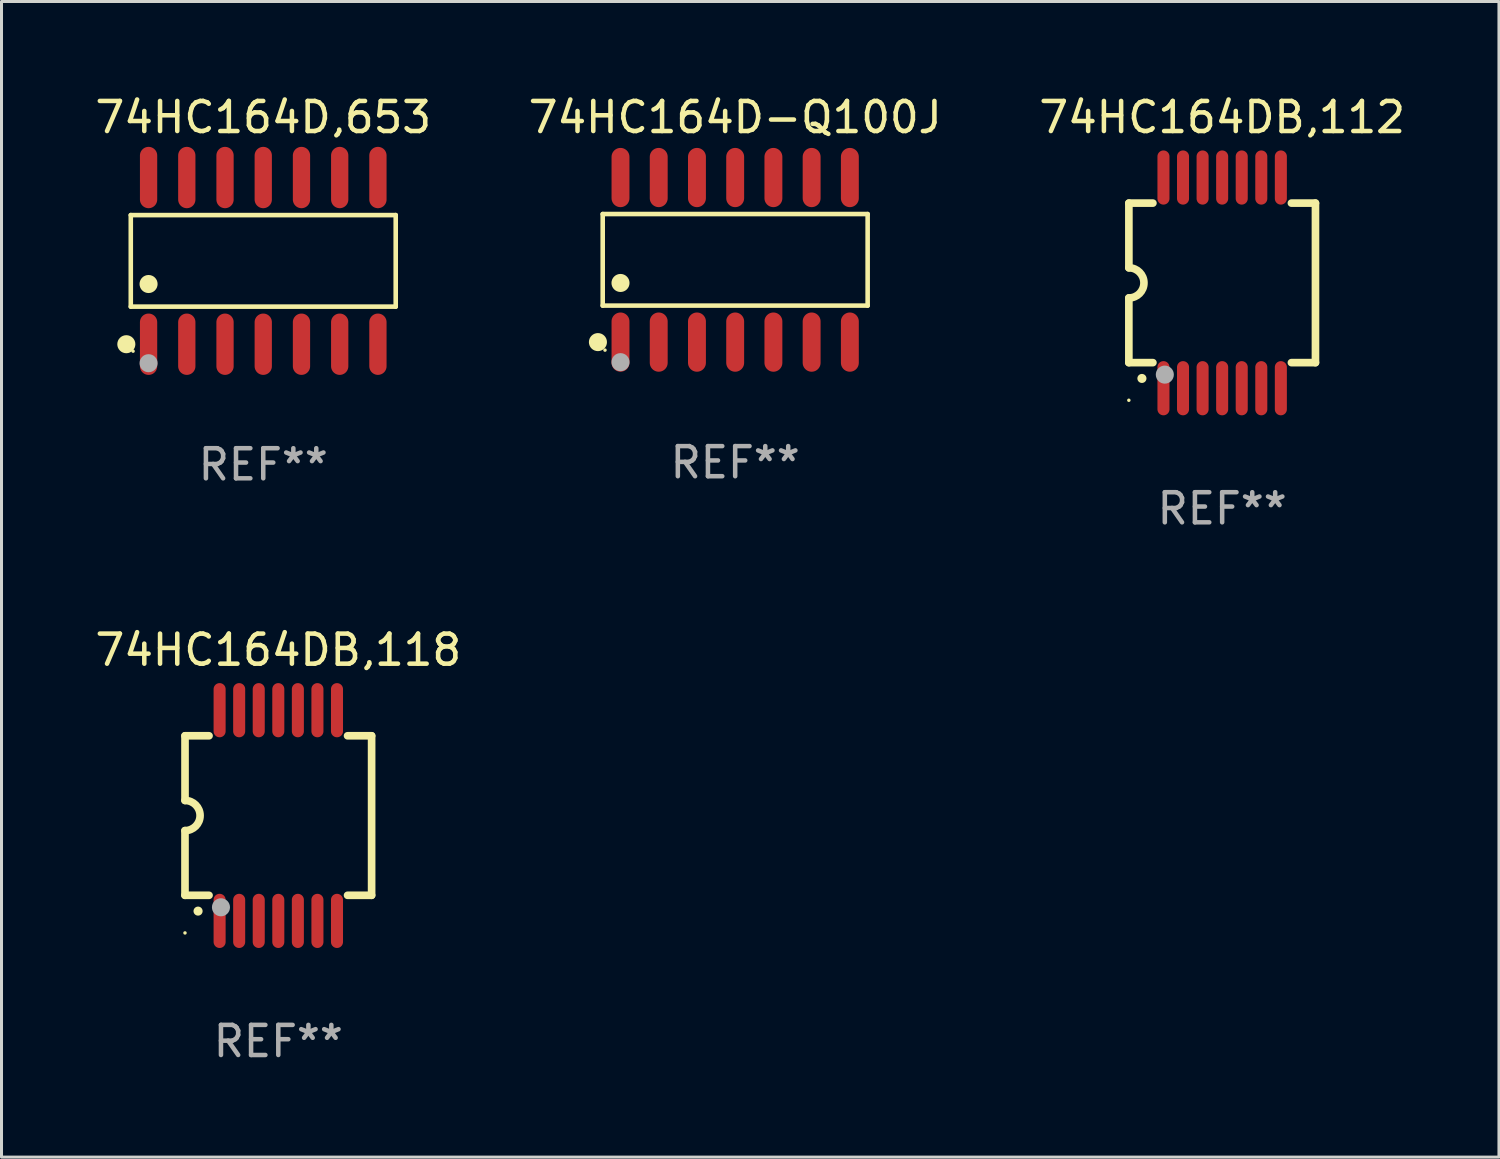
<source format=kicad_pcb>
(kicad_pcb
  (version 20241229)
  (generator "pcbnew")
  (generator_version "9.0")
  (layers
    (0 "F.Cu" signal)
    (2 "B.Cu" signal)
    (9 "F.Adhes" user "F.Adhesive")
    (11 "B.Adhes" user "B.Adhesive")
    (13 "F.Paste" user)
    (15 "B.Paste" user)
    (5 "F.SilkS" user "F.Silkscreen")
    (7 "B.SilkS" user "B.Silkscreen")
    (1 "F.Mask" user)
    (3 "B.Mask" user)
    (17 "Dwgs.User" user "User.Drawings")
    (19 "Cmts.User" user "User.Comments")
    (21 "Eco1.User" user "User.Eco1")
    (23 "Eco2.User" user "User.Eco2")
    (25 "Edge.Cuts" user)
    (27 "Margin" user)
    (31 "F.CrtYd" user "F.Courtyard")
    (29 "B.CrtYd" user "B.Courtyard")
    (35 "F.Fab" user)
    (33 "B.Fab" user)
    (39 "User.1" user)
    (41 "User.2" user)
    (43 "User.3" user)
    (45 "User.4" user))
  (footprint "74HC164DB,118"
    (layer "F.Cu")
    (at 6.196 24.045)
    (property "Reference" "74HC164DB,118" (at 0 -5.5 0) (layer "F.SilkS") (effects (font (size 1 1) (thickness 0.15))))
    (attr through_hole)
    (fp_line (start -3.1 2.65) (end -3.1 0.5) (stroke (width 0.254) (type solid)) (layer "F.SilkS"))
    (fp_line (start -3.099 -2.65) (end -2.301 -2.65) (stroke (width 0.254) (type solid)) (layer "F.SilkS"))
    (fp_line (start -3.099 -0.5) (end -3.099 -2.65) (stroke (width 0.254) (type solid)) (layer "F.SilkS"))
    (fp_line (start -2.301 2.65) (end -3.1 2.65) (stroke (width 0.254) (type solid)) (layer "F.SilkS"))
    (fp_line (start 2.301 -2.65) (end 3.1 -2.65) (stroke (width 0.254) (type solid)) (layer "F.SilkS"))
    (fp_line (start 3.1 -2.65) (end 3.1 2.65) (stroke (width 0.254) (type solid)) (layer "F.SilkS"))
    (fp_line (start 3.1 2.65) (end 2.301 2.65) (stroke (width 0.254) (type solid)) (layer "F.SilkS"))
    (fp_arc (start -3.098806 -0.500381) (mid -2.598806 0) (end -3.098806 0.500381) (stroke (width 0.254001) (type solid)) (layer "F.SilkS"))
    (fp_arc (start -2.667005 3.175006) (mid -2.665735 3.175001) (end -2.664465 3.175006) (stroke (width 0.3) (type solid)) (layer "F.SilkS"))
    (fp_circle (center -3.1 3.9) (end -3.07 3.9) (stroke (width 0.06) (type solid)) (fill no) (layer "F.SilkS"))
    (fp_circle (center -1.905 3.048) (end -1.755 3.048) (stroke (width 0.3) (type solid)) (fill no) (layer "F.Fab"))
    (fp_text user "REF**" (at 0 7.5 0) (layer "F.Fab") (effects (font (size 1 1) (thickness 0.15))))
    (pad "1" smd oval (at -1.95 3.5 270) (size 1.8 0.4) (layers "F.Cu" "F.Mask" "F.Paste"))
    (pad "2" smd oval (at -1.3 3.5 270) (size 1.8 0.4) (layers "F.Cu" "F.Mask" "F.Paste"))
    (pad "3" smd oval (at -0.65 3.5 270) (size 1.8 0.4) (layers "F.Cu" "F.Mask" "F.Paste"))
    (pad "4" smd oval (at 0 3.5 270) (size 1.8 0.4) (layers "F.Cu" "F.Mask" "F.Paste"))
    (pad "5" smd oval (at 0.65 3.5 270) (size 1.8 0.4) (layers "F.Cu" "F.Mask" "F.Paste"))
    (pad "6" smd oval (at 1.3 3.5 270) (size 1.8 0.4) (layers "F.Cu" "F.Mask" "F.Paste"))
    (pad "7" smd oval (at 1.95 3.5 270) (size 1.8 0.4) (layers "F.Cu" "F.Mask" "F.Paste"))
    (pad "8" smd oval (at 1.95 -3.5 90) (size 1.8 0.4) (layers "F.Cu" "F.Mask" "F.Paste"))
    (pad "9" smd oval (at 1.3 -3.5 90) (size 1.8 0.4) (layers "F.Cu" "F.Mask" "F.Paste"))
    (pad "10" smd oval (at 0.65 -3.5 90) (size 1.8 0.4) (layers "F.Cu" "F.Mask" "F.Paste"))
    (pad "11" smd oval (at 0 -3.5 90) (size 1.8 0.4) (layers "F.Cu" "F.Mask" "F.Paste"))
    (pad "12" smd oval (at -0.65 -3.5 90) (size 1.8 0.4) (layers "F.Cu" "F.Mask" "F.Paste"))
    (pad "13" smd oval (at -1.3 -3.5 90) (size 1.8 0.4) (layers "F.Cu" "F.Mask" "F.Paste"))
    (pad "14" smd oval (at -1.95 -3.5 90) (size 1.8 0.4) (layers "F.Cu" "F.Mask" "F.Paste")))
  (footprint "74HC164D-Q100J"
    (layer "F.Cu")
    (at 21.375 5.582)
    (property "Reference" "74HC164D-Q100J" (at 0 -4.734 0) (layer "F.SilkS") (effects (font (size 1 1) (thickness 0.15))))
    (attr through_hole)
    (fp_line (start -4.401 -1.521) (end 4.401 -1.521) (stroke (width 0.152) (type solid)) (layer "F.SilkS"))
    (fp_line (start -4.401 1.521) (end -4.401 -1.521) (stroke (width 0.152) (type solid)) (layer "F.SilkS"))
    (fp_line (start 4.401 -1.521) (end 4.401 1.521) (stroke (width 0.152) (type solid)) (layer "F.SilkS"))
    (fp_line (start 4.401 1.521) (end -4.401 1.521) (stroke (width 0.152) (type solid)) (layer "F.SilkS"))
    (fp_circle (center -4.56 2.734) (end -4.41 2.734) (stroke (width 0.3) (type solid)) (fill no) (layer "F.SilkS"))
    (fp_circle (center -4.325 3) (end -4.295 3) (stroke (width 0.06) (type solid)) (fill no) (layer "F.SilkS"))
    (fp_circle (center -3.81 0.769) (end -3.66 0.769) (stroke (width 0.3) (type solid)) (fill no) (layer "F.SilkS"))
    (fp_circle (center -3.81 3.4) (end -3.66 3.4) (stroke (width 0.3) (type solid)) (fill no) (layer "F.Fab"))
    (fp_text user "REF**" (at 0 6.734 0) (layer "F.Fab") (effects (font (size 1 1) (thickness 0.15))))
    (pad "1" smd oval (at -3.81 2.734) (size 0.595 1.968) (layers "F.Cu" "F.Mask" "F.Paste"))
    (pad "2" smd oval (at -2.54 2.734) (size 0.595 1.968) (layers "F.Cu" "F.Mask" "F.Paste"))
    (pad "3" smd oval (at -1.27 2.734) (size 0.595 1.968) (layers "F.Cu" "F.Mask" "F.Paste"))
    (pad "4" smd oval (at 0 2.734) (size 0.595 1.968) (layers "F.Cu" "F.Mask" "F.Paste"))
    (pad "5" smd oval (at 1.27 2.734) (size 0.595 1.968) (layers "F.Cu" "F.Mask" "F.Paste"))
    (pad "6" smd oval (at 2.54 2.734) (size 0.595 1.968) (layers "F.Cu" "F.Mask" "F.Paste"))
    (pad "7" smd oval (at 3.81 2.734) (size 0.595 1.968) (layers "F.Cu" "F.Mask" "F.Paste"))
    (pad "8" smd oval (at 3.81 -2.734) (size 0.595 1.968) (layers "F.Cu" "F.Mask" "F.Paste"))
    (pad "9" smd oval (at 2.54 -2.734) (size 0.595 1.968) (layers "F.Cu" "F.Mask" "F.Paste"))
    (pad "10" smd oval (at 1.27 -2.734) (size 0.595 1.968) (layers "F.Cu" "F.Mask" "F.Paste"))
    (pad "11" smd oval (at 0 -2.734) (size 0.595 1.968) (layers "F.Cu" "F.Mask" "F.Paste"))
    (pad "12" smd oval (at -1.27 -2.734) (size 0.595 1.968) (layers "F.Cu" "F.Mask" "F.Paste"))
    (pad "13" smd oval (at -2.54 -2.734) (size 0.595 1.968) (layers "F.Cu" "F.Mask" "F.Paste"))
    (pad "14" smd oval (at -3.81 -2.734) (size 0.595 1.968) (layers "F.Cu" "F.Mask" "F.Paste")))
  (footprint "74HC164D,653"
    (layer "F.Cu")
    (at 5.696 5.617)
    (property "Reference" "74HC164D,653" (at 0 -4.769 0) (layer "F.SilkS") (effects (font (size 1 1) (thickness 0.15))))
    (attr through_hole)
    (fp_line (start -4.401 -1.521) (end 4.401 -1.521) (stroke (width 0.152) (type solid)) (layer "F.SilkS"))
    (fp_line (start -4.401 1.521) (end -4.401 -1.521) (stroke (width 0.152) (type solid)) (layer "F.SilkS"))
    (fp_line (start 4.401 -1.521) (end 4.401 1.521) (stroke (width 0.152) (type solid)) (layer "F.SilkS"))
    (fp_line (start 4.401 1.521) (end -4.401 1.521) (stroke (width 0.152) (type solid)) (layer "F.SilkS"))
    (fp_circle (center -4.549 2.769) (end -4.399 2.769) (stroke (width 0.3) (type solid)) (fill no) (layer "F.SilkS"))
    (fp_circle (center -4.325 3) (end -4.295 3) (stroke (width 0.06) (type solid)) (fill no) (layer "F.SilkS"))
    (fp_circle (center -3.81 0.769) (end -3.66 0.769) (stroke (width 0.3) (type solid)) (fill no) (layer "F.SilkS"))
    (fp_circle (center -3.81 3.4) (end -3.66 3.4) (stroke (width 0.3) (type solid)) (fill no) (layer "F.Fab"))
    (fp_text user "REF**" (at 0 6.769 0) (layer "F.Fab") (effects (font (size 1 1) (thickness 0.15))))
    (pad "1" smd oval (at -3.81 2.769) (size 0.574 2.038) (layers "F.Cu" "F.Mask" "F.Paste"))
    (pad "2" smd oval (at -2.54 2.769) (size 0.574 2.038) (layers "F.Cu" "F.Mask" "F.Paste"))
    (pad "3" smd oval (at -1.27 2.769) (size 0.574 2.038) (layers "F.Cu" "F.Mask" "F.Paste"))
    (pad "4" smd oval (at 0 2.769) (size 0.574 2.038) (layers "F.Cu" "F.Mask" "F.Paste"))
    (pad "5" smd oval (at 1.27 2.769) (size 0.574 2.038) (layers "F.Cu" "F.Mask" "F.Paste"))
    (pad "6" smd oval (at 2.54 2.769) (size 0.574 2.038) (layers "F.Cu" "F.Mask" "F.Paste"))
    (pad "7" smd oval (at 3.81 2.769) (size 0.574 2.038) (layers "F.Cu" "F.Mask" "F.Paste"))
    (pad "8" smd oval (at 3.81 -2.769) (size 0.574 2.038) (layers "F.Cu" "F.Mask" "F.Paste"))
    (pad "9" smd oval (at 2.54 -2.769) (size 0.574 2.038) (layers "F.Cu" "F.Mask" "F.Paste"))
    (pad "10" smd oval (at 1.27 -2.769) (size 0.574 2.038) (layers "F.Cu" "F.Mask" "F.Paste"))
    (pad "11" smd oval (at 0 -2.769) (size 0.574 2.038) (layers "F.Cu" "F.Mask" "F.Paste"))
    (pad "12" smd oval (at -1.27 -2.769) (size 0.574 2.038) (layers "F.Cu" "F.Mask" "F.Paste"))
    (pad "13" smd oval (at -2.54 -2.769) (size 0.574 2.038) (layers "F.Cu" "F.Mask" "F.Paste"))
    (pad "14" smd oval (at -3.81 -2.769) (size 0.574 2.038) (layers "F.Cu" "F.Mask" "F.Paste")))
  (footprint "74HC164DB,112"
    (layer "F.Cu")
    (at 37.554 6.348)
    (property "Reference" "74HC164DB,112" (at 0 -5.5 0) (layer "F.SilkS") (effects (font (size 1 1) (thickness 0.15))))
    (attr through_hole)
    (fp_line (start -3.1 2.65) (end -3.1 0.5) (stroke (width 0.254) (type solid)) (layer "F.SilkS"))
    (fp_line (start -3.099 -2.65) (end -2.301 -2.65) (stroke (width 0.254) (type solid)) (layer "F.SilkS"))
    (fp_line (start -3.099 -0.5) (end -3.099 -2.65) (stroke (width 0.254) (type solid)) (layer "F.SilkS"))
    (fp_line (start -2.301 2.65) (end -3.1 2.65) (stroke (width 0.254) (type solid)) (layer "F.SilkS"))
    (fp_line (start 2.301 -2.65) (end 3.1 -2.65) (stroke (width 0.254) (type solid)) (layer "F.SilkS"))
    (fp_line (start 3.1 -2.65) (end 3.1 2.65) (stroke (width 0.254) (type solid)) (layer "F.SilkS"))
    (fp_line (start 3.1 2.65) (end 2.301 2.65) (stroke (width 0.254) (type solid)) (layer "F.SilkS"))
    (fp_arc (start -3.098806 -0.500381) (mid -2.598806 0) (end -3.098806 0.500381) (stroke (width 0.254001) (type solid)) (layer "F.SilkS"))
    (fp_arc (start -2.667005 3.175006) (mid -2.665735 3.175001) (end -2.664465 3.175006) (stroke (width 0.3) (type solid)) (layer "F.SilkS"))
    (fp_circle (center -3.1 3.9) (end -3.07 3.9) (stroke (width 0.06) (type solid)) (fill no) (layer "F.SilkS"))
    (fp_circle (center -1.905 3.048) (end -1.755 3.048) (stroke (width 0.3) (type solid)) (fill no) (layer "F.Fab"))
    (fp_text user "REF**" (at 0 7.5 0) (layer "F.Fab") (effects (font (size 1 1) (thickness 0.15))))
    (pad "1" smd oval (at -1.95 3.5 270) (size 1.8 0.4) (layers "F.Cu" "F.Mask" "F.Paste"))
    (pad "2" smd oval (at -1.3 3.5 270) (size 1.8 0.4) (layers "F.Cu" "F.Mask" "F.Paste"))
    (pad "3" smd oval (at -0.65 3.5 270) (size 1.8 0.4) (layers "F.Cu" "F.Mask" "F.Paste"))
    (pad "4" smd oval (at 0 3.5 270) (size 1.8 0.4) (layers "F.Cu" "F.Mask" "F.Paste"))
    (pad "5" smd oval (at 0.65 3.5 270) (size 1.8 0.4) (layers "F.Cu" "F.Mask" "F.Paste"))
    (pad "6" smd oval (at 1.3 3.5 270) (size 1.8 0.4) (layers "F.Cu" "F.Mask" "F.Paste"))
    (pad "7" smd oval (at 1.95 3.5 270) (size 1.8 0.4) (layers "F.Cu" "F.Mask" "F.Paste"))
    (pad "8" smd oval (at 1.95 -3.5 90) (size 1.8 0.4) (layers "F.Cu" "F.Mask" "F.Paste"))
    (pad "9" smd oval (at 1.3 -3.5 90) (size 1.8 0.4) (layers "F.Cu" "F.Mask" "F.Paste"))
    (pad "10" smd oval (at 0.65 -3.5 90) (size 1.8 0.4) (layers "F.Cu" "F.Mask" "F.Paste"))
    (pad "11" smd oval (at 0 -3.5 90) (size 1.8 0.4) (layers "F.Cu" "F.Mask" "F.Paste"))
    (pad "12" smd oval (at -0.65 -3.5 90) (size 1.8 0.4) (layers "F.Cu" "F.Mask" "F.Paste"))
    (pad "13" smd oval (at -1.3 -3.5 90) (size 1.8 0.4) (layers "F.Cu" "F.Mask" "F.Paste"))
    (pad "14" smd oval (at -1.95 -3.5 90) (size 1.8 0.4) (layers "F.Cu" "F.Mask" "F.Paste")))
  (gr_rect
    (start -3 -3)
    (end 46.75 35.393)
    (stroke (width 0.1) (type default))
    (fill no)
    (layer "Edge.Cuts")))
</source>
